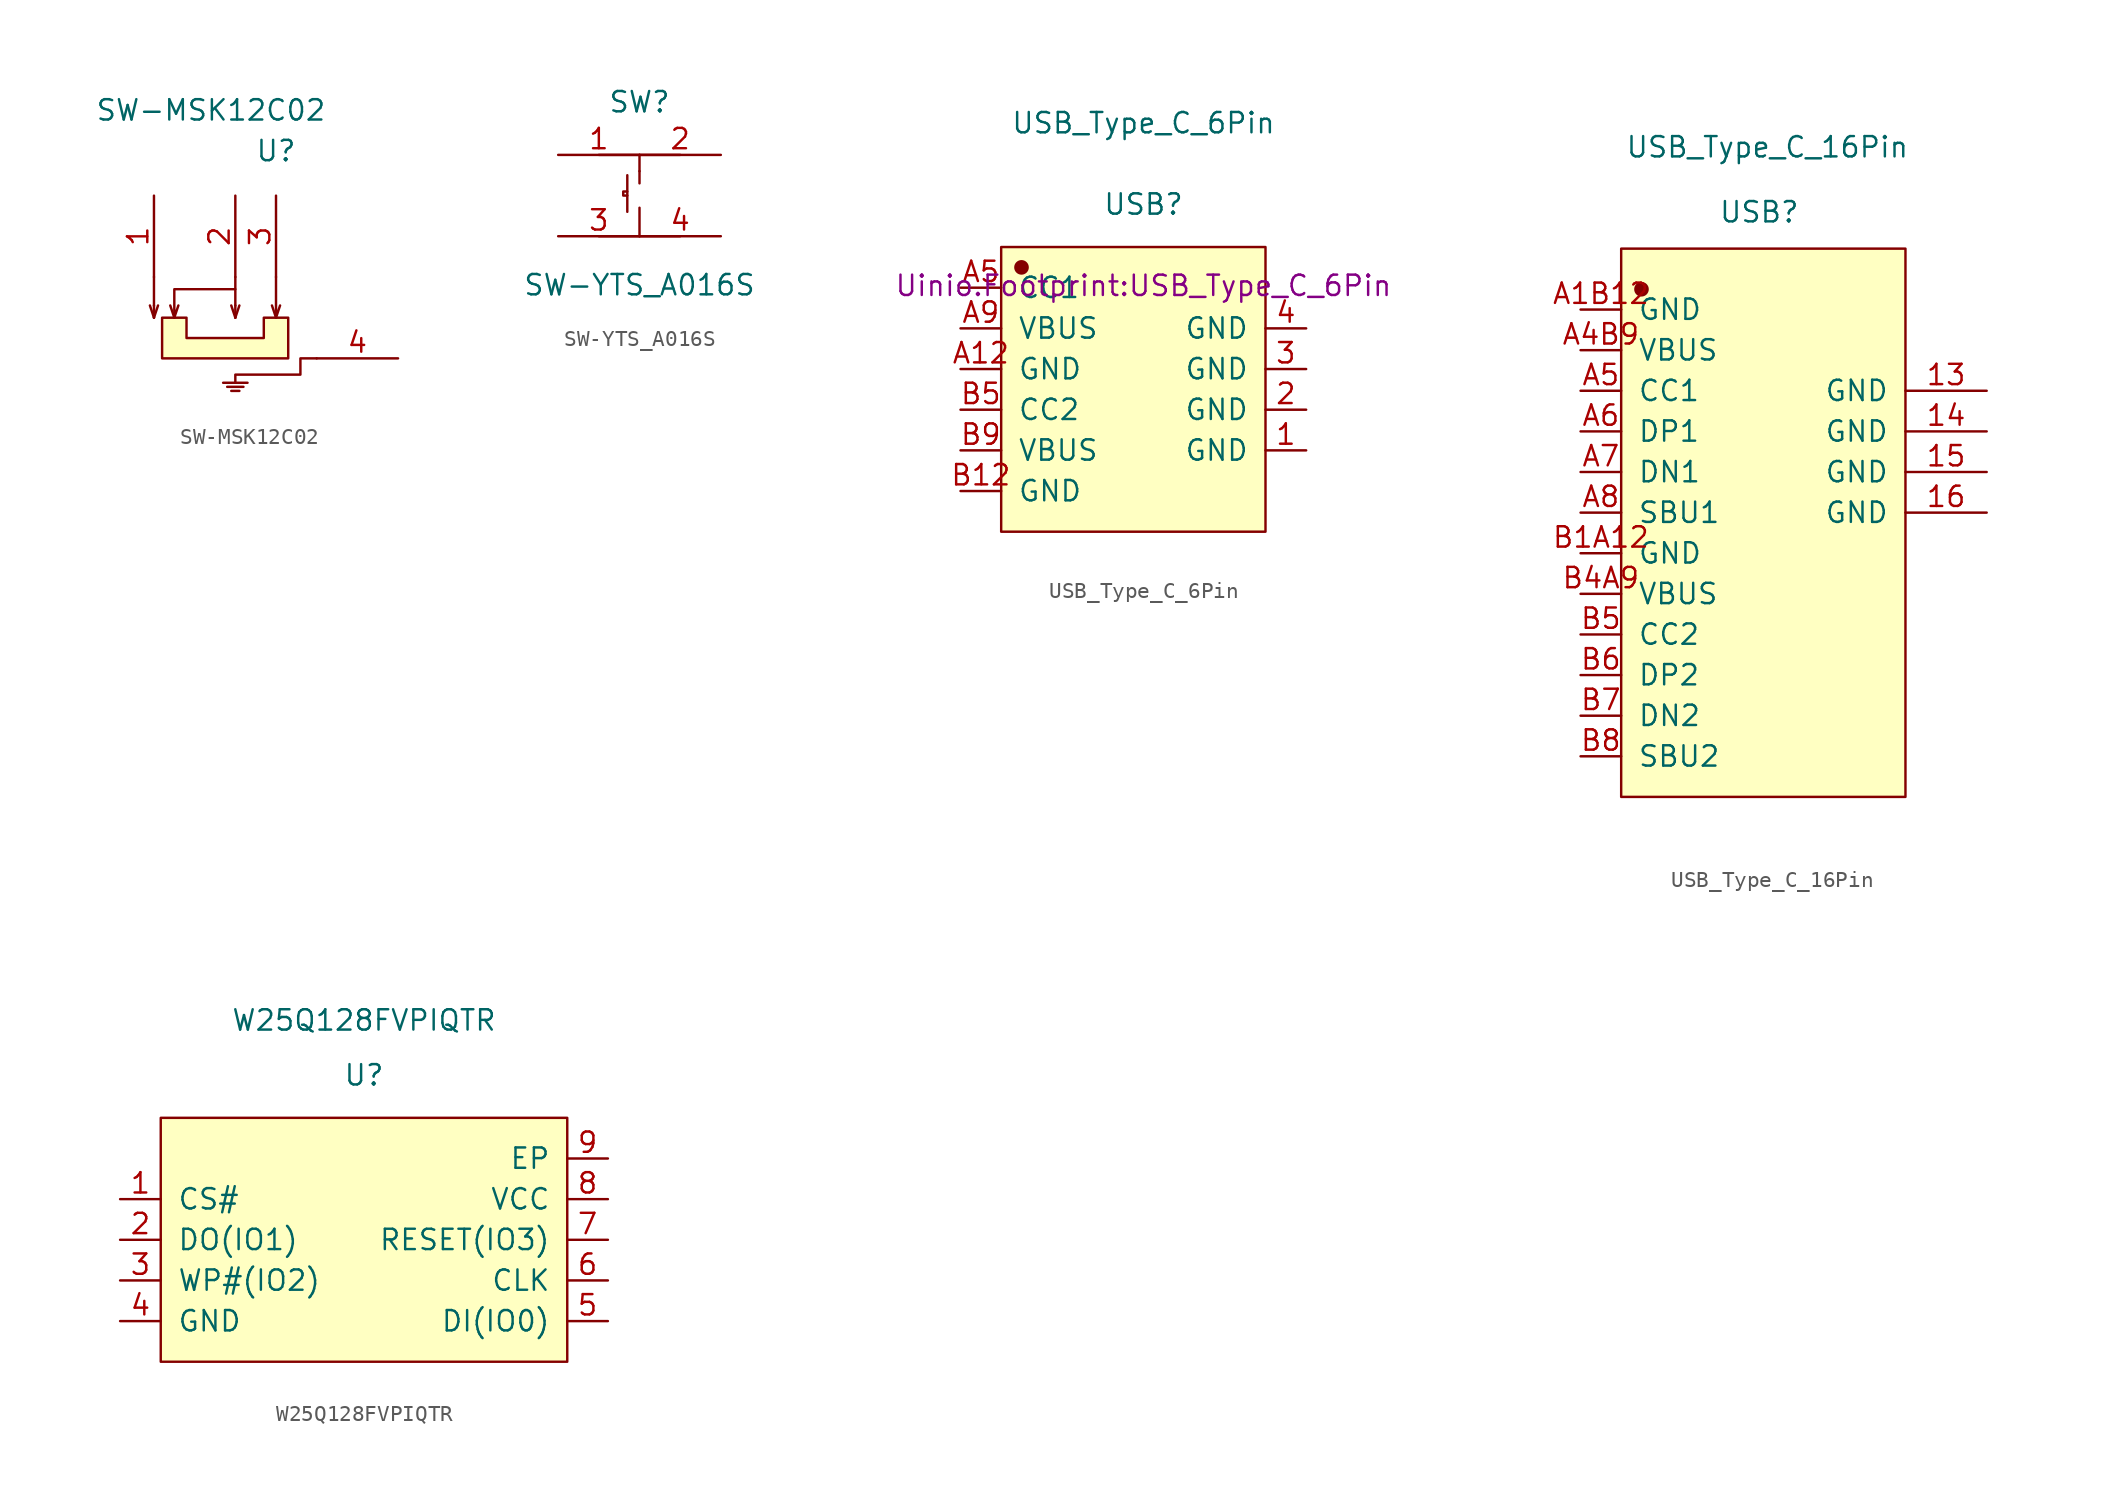
<source format=kicad_sym>
(kicad_symbol_lib
  (version 20231120)
  (generator "kicad_symbol_editor")
  (generator_version "8.0")
  (symbol "SW-MSK12C02"
    (pin_names
      (offset 1.016) hide)
    (property "Reference" "U"
      (at 0 7.874 0)
      (effects (font (size 1.27 1.27))))
    (property "Value" "SW-MSK12C02"
      (at -4.064 10.414 0)
      (effects (font (size 1.27 1.27))))
    (symbol "SW-MSK12C02_1_1"
      (polyline (pts (xy -7.62 -2.54) (xy -7.874 -1.778)) (stroke (width 0.152) (type solid)) (fill (type none)))
      (polyline (pts (xy -7.62 -2.54) (xy -7.366 -1.778)) (stroke (width 0.152) (type solid)) (fill (type none)))
      (polyline (pts (xy -7.62 -1.778) (xy -7.62 -2.54)) (stroke (width 0.152) (type solid)) (fill (type none)))
      (polyline (pts (xy -7.62 0) (xy -7.62 -1.778)) (stroke (width 0.152) (type solid)) (fill (type none)))
      (polyline (pts (xy -6.35 -2.54) (xy -6.604 -1.778)) (stroke (width 0.152) (type solid)) (fill (type none)))
      (polyline (pts (xy -3.302 -6.604) (xy -1.778 -6.604)) (stroke (width 0.152) (type solid)) (fill (type none)))
      (polyline (pts (xy -3.048 -6.858) (xy -2.032 -6.858)) (stroke (width 0.152) (type solid)) (fill (type none)))
      (polyline (pts (xy -2.794 -7.112) (xy -2.286 -7.112)) (stroke (width 0.152) (type solid)) (fill (type none)))
      (polyline (pts (xy -2.54 -2.54) (xy -2.794 -1.778)) (stroke (width 0.152) (type solid)) (fill (type none)))
      (polyline (pts (xy -2.54 -2.54) (xy -2.286 -1.778)) (stroke (width 0.152) (type solid)) (fill (type none)))
      (polyline (pts (xy -2.54 -1.778) (xy -2.54 -2.54)) (stroke (width 0.152) (type solid)) (fill (type none)))
      (polyline (pts (xy -2.54 0) (xy -2.54 -1.778)) (stroke (width 0.152) (type solid)) (fill (type none)))
      (polyline (pts (xy 0 -2.54) (xy -0.254 -1.778)) (stroke (width 0.152) (type solid)) (fill (type none)))
      (polyline (pts (xy 0 0) (xy 0 -2.54) (xy 0.254 -1.778)) (stroke (width 0.152) (type solid)) (fill (type none)))
      (polyline (pts (xy -2.54 -0.762) (xy -6.35 -0.762) (xy -6.35 -2.54) (xy -6.096 -1.778)) (stroke (width 0.152) (type solid)) (fill (type none)))
      (polyline (pts (xy 2.54 -5.08) (xy 1.524 -5.08) (xy 1.524 -6.096) (xy -2.54 -6.096) (xy -2.54 -6.604)) (stroke (width 0.152) (type solid)) (fill (type none)))
      (polyline (pts (xy -6.858 -2.54) (xy -5.588 -2.54) (xy -5.588 -3.81) (xy -0.762 -3.81) (xy -0.762 -2.54) (xy 0.762 -2.54) (xy 0.762 -5.08) (xy -7.112 -5.08) (xy -7.112 -2.54) (xy -6.858 -2.54)) (stroke (width 0.152) (type solid)) (fill (type background)))
      (pin input line (at -7.62 5.08 270) (length 5.08) (name "1" (effects (font (size 1.27 1.27)))) (number "1" (effects (font (size 1.27 1.27)))))
      (pin input line (at -2.54 5.08 270) (length 5.08) (name "2" (effects (font (size 1.27 1.27)))) (number "2" (effects (font (size 1.27 1.27)))))
      (pin input line (at 0 5.08 270) (length 5.08) (name "3" (effects (font (size 1.27 1.27)))) (number "3" (effects (font (size 1.27 1.27)))))
      (pin input line (at 7.62 -5.08 180) (length 5.08) (name "4" (effects (font (size 1.27 1.27)))) (number "4" (effects (font (size 1.27 1.27)))))))
  (symbol "SW-YTS_A016S"
    (pin_names
      (offset 1.016) hide)
    (property "Reference" "SW"
      (at 0 5.842 0)
      (effects (font (size 1.27 1.27))))
    (property "Value" "SW-YTS_A016S"
      (at 0 -5.588 0)
      (effects (font (size 1.27 1.27))))
    (symbol "SW-YTS_A016S_1_1"
      (polyline (pts (xy -2.54 -2.54) (xy 2.54 -2.54)) (stroke (width 0.152) (type default)) (fill (type none)))
      (polyline (pts (xy -2.54 2.54) (xy 2.54 2.54)) (stroke (width 0.152) (type default)) (fill (type none)))
      (polyline (pts (xy -0.762 1.27) (xy -0.762 -1.016)) (stroke (width 0.152) (type default)) (fill (type none)))
      (polyline (pts (xy 0 -2.54) (xy 0 -0.762)) (stroke (width 0.152) (type default)) (fill (type none)))
      (polyline (pts (xy 0 1.524) (xy 0 0.762)) (stroke (width 0.152) (type default)) (fill (type none)))
      (polyline (pts (xy 0 2.54) (xy 0 1.524)) (stroke (width 0.152) (type default)) (fill (type none)))
      (polyline (pts (xy -0.762 0.254) (xy -1.016 0.254) (xy -1.016 0) (xy -0.762 0)) (stroke (width 0.152) (type default)) (fill (type none)))
      (pin input line (at -5.08 2.54 0) (length 5.08) (name "1" (effects (font (size 1.27 1.27)))) (number "1" (effects (font (size 1.27 1.27)))))
      (pin input line (at 5.08 2.54 180) (length 5.08) (name "2" (effects (font (size 1.27 1.27)))) (number "2" (effects (font (size 1.27 1.27)))))
      (pin input line (at -5.08 -2.54 0) (length 5.08) (name "3" (effects (font (size 1.27 1.27)))) (number "3" (effects (font (size 1.27 1.27)))))
      (pin input line (at 5.08 -2.54 180) (length 5.08) (name "4" (effects (font (size 1.27 1.27)))) (number "4" (effects (font (size 1.27 1.27)))))))
  (symbol "USB_Type_C_6Pin"
    (pin_names
      (offset 1.016))
    (property "Reference" "USB"
      (at 0 11.557 0)
      (effects (font (size 1.27 1.27))))
    (property "Value" "USB_Type_C_6Pin"
      (at 0 16.637 0)
      (effects (font (size 1.27 1.27))))
    (property "Footprint" "Uinio.Footprint:USB_Type_C_6Pin"
      (at 0 6.477 0)
      (effects (font (size 1.27 1.27))))
    (symbol "USB_Type_C_6Pin_1_1"
      (rectangle (start -8.89 8.89) (end 7.62 -8.89) (stroke (width 0.152) (type default)) (fill (type background)))
      (circle (center -7.62 7.62) (radius 0.381) (stroke (width 0.152) (type default)) (fill (type outline)))
      (pin input line (at 10.16 -3.81 180) (length 2.54) (name "GND" (effects (font (size 1.27 1.27)))) (number "1" (effects (font (size 1.27 1.27)))))
      (pin input line (at 10.16 -1.27 180) (length 2.54) (name "GND" (effects (font (size 1.27 1.27)))) (number "2" (effects (font (size 1.27 1.27)))))
      (pin input line (at 10.16 1.27 180) (length 2.54) (name "GND" (effects (font (size 1.27 1.27)))) (number "3" (effects (font (size 1.27 1.27)))))
      (pin input line (at 10.16 3.81 180) (length 2.54) (name "GND" (effects (font (size 1.27 1.27)))) (number "4" (effects (font (size 1.27 1.27)))))
      (pin input line (at -11.43 1.27 0) (length 2.54) (name "GND" (effects (font (size 1.27 1.27)))) (number "A12" (effects (font (size 1.27 1.27)))))
      (pin input line (at -11.43 6.35 0) (length 2.54) (name "CC1" (effects (font (size 1.27 1.27)))) (number "A5" (effects (font (size 1.27 1.27)))))
      (pin input line (at -11.43 3.81 0) (length 2.54) (name "VBUS" (effects (font (size 1.27 1.27)))) (number "A9" (effects (font (size 1.27 1.27)))))
      (pin input line (at -11.43 -6.35 0) (length 2.54) (name "GND" (effects (font (size 1.27 1.27)))) (number "B12" (effects (font (size 1.27 1.27)))))
      (pin input line (at -11.43 -1.27 0) (length 2.54) (name "CC2" (effects (font (size 1.27 1.27)))) (number "B5" (effects (font (size 1.27 1.27)))))
      (pin input line (at -11.43 -3.81 0) (length 2.54) (name "VBUS" (effects (font (size 1.27 1.27)))) (number "B9" (effects (font (size 1.27 1.27)))))))
  (symbol "USB_Type_C_16Pin"
    (pin_names
      (offset 1.016))
    (property "Reference" "USB"
      (at -1.524 18.796 0)
      (effects (font (size 1.27 1.27))))
    (property "Value" "USB_Type_C_16Pin"
      (at -1.016 22.86 0)
      (effects (font (size 1.27 1.27))))
    (symbol "USB_Type_C_16Pin_1_1"
      (rectangle (start -10.16 16.51) (end 7.62 -17.78) (stroke (width 0.152) (type default)) (fill (type background)))
      (circle (center -8.89 13.97) (radius 0.381) (stroke (width 0.152) (type default)) (fill (type outline)))
      (pin input line (at 12.7 7.62 180) (length 5.08) (name "GND" (effects (font (size 1.27 1.27)))) (number "13" (effects (font (size 1.27 1.27)))))
      (pin input line (at 12.7 5.08 180) (length 5.08) (name "GND" (effects (font (size 1.27 1.27)))) (number "14" (effects (font (size 1.27 1.27)))))
      (pin input line (at 12.7 2.54 180) (length 5.08) (name "GND" (effects (font (size 1.27 1.27)))) (number "15" (effects (font (size 1.27 1.27)))))
      (pin input line (at 12.7 0 180) (length 5.08) (name "GND" (effects (font (size 1.27 1.27)))) (number "16" (effects (font (size 1.27 1.27)))))
      (pin input line (at -12.7 12.7 0) (length 2.54) (name "GND" (effects (font (size 1.27 1.27)))) (number "A1B12" (effects (font (size 1.27 1.27)))))
      (pin input line (at -12.7 10.16 0) (length 2.54) (name "VBUS" (effects (font (size 1.27 1.27)))) (number "A4B9" (effects (font (size 1.27 1.27)))))
      (pin input line (at -12.7 7.62 0) (length 2.54) (name "CC1" (effects (font (size 1.27 1.27)))) (number "A5" (effects (font (size 1.27 1.27)))))
      (pin input line (at -12.7 5.08 0) (length 2.54) (name "DP1" (effects (font (size 1.27 1.27)))) (number "A6" (effects (font (size 1.27 1.27)))))
      (pin input line (at -12.7 2.54 0) (length 2.54) (name "DN1" (effects (font (size 1.27 1.27)))) (number "A7" (effects (font (size 1.27 1.27)))))
      (pin input line (at -12.7 0 0) (length 2.54) (name "SBU1" (effects (font (size 1.27 1.27)))) (number "A8" (effects (font (size 1.27 1.27)))))
      (pin input line (at -12.7 -2.54 0) (length 2.54) (name "GND" (effects (font (size 1.27 1.27)))) (number "B1A12" (effects (font (size 1.27 1.27)))))
      (pin input line (at -12.7 -5.08 0) (length 2.54) (name "VBUS" (effects (font (size 1.27 1.27)))) (number "B4A9" (effects (font (size 1.27 1.27)))))
      (pin input line (at -12.7 -7.62 0) (length 2.54) (name "CC2" (effects (font (size 1.27 1.27)))) (number "B5" (effects (font (size 1.27 1.27)))))
      (pin input line (at -12.7 -10.16 0) (length 2.54) (name "DP2" (effects (font (size 1.27 1.27)))) (number "B6" (effects (font (size 1.27 1.27)))))
      (pin input line (at -12.7 -12.7 0) (length 2.54) (name "DN2" (effects (font (size 1.27 1.27)))) (number "B7" (effects (font (size 1.27 1.27)))))
      (pin input line (at -12.7 -15.24 0) (length 2.54) (name "SBU2" (effects (font (size 1.27 1.27)))) (number "B8" (effects (font (size 1.27 1.27)))))))
  (symbol "W25Q128FVPIQTR"
    (pin_names
      (offset 1.016))
    (property "Reference" "U"
      (at 0 10.287 0)
      (effects (font (size 1.27 1.27))))
    (property "Value" "W25Q128FVPIQTR"
      (at 0 13.716 0)
      (effects (font (size 1.27 1.27))))
    (symbol "W25Q128FVPIQTR_1_1"
      (rectangle (start -12.7 7.62) (end 12.7 -7.62) (stroke (width 0.152) (type solid)) (fill (type background)))
      (pin input line (at -15.24 2.54 0) (length 2.54) (name "CS#" (effects (font (size 1.27 1.27)))) (number "1" (effects (font (size 1.27 1.27)))))
      (pin input line (at -15.24 0 0) (length 2.54) (name "DO(IO1)" (effects (font (size 1.27 1.27)))) (number "2" (effects (font (size 1.27 1.27)))))
      (pin input line (at -15.24 -2.54 0) (length 2.54) (name "WP#(IO2)" (effects (font (size 1.27 1.27)))) (number "3" (effects (font (size 1.27 1.27)))))
      (pin input line (at -15.24 -5.08 0) (length 2.54) (name "GND" (effects (font (size 1.27 1.27)))) (number "4" (effects (font (size 1.27 1.27)))))
      (pin input line (at 15.24 -5.08 180) (length 2.54) (name "DI(IO0)" (effects (font (size 1.27 1.27)))) (number "5" (effects (font (size 1.27 1.27)))))
      (pin input line (at 15.24 -2.54 180) (length 2.54) (name "CLK" (effects (font (size 1.27 1.27)))) (number "6" (effects (font (size 1.27 1.27)))))
      (pin input line (at 15.24 0 180) (length 2.54) (name "RESET(IO3)" (effects (font (size 1.27 1.27)))) (number "7" (effects (font (size 1.27 1.27)))))
      (pin input line (at 15.24 2.54 180) (length 2.54) (name "VCC" (effects (font (size 1.27 1.27)))) (number "8" (effects (font (size 1.27 1.27)))))
      (pin input line (at 15.24 5.08 180) (length 2.54) (name "EP" (effects (font (size 1.27 1.27)))) (number "9" (effects (font (size 1.27 1.27))))))))
</source>
